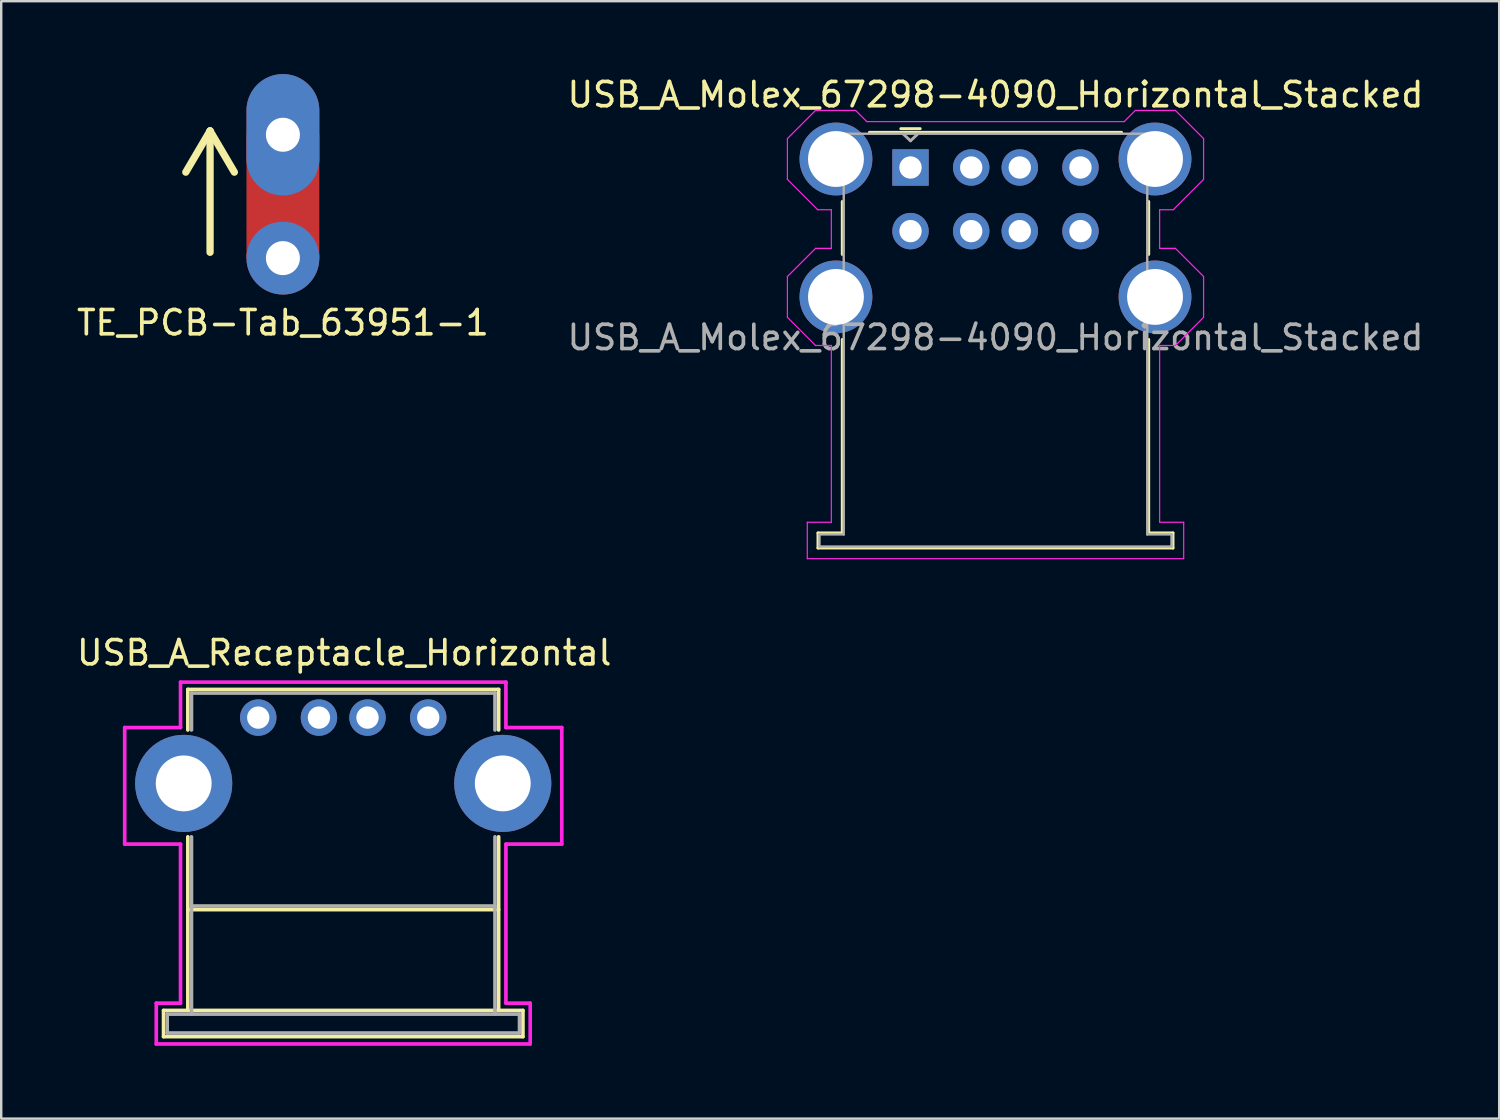
<source format=kicad_pcb>
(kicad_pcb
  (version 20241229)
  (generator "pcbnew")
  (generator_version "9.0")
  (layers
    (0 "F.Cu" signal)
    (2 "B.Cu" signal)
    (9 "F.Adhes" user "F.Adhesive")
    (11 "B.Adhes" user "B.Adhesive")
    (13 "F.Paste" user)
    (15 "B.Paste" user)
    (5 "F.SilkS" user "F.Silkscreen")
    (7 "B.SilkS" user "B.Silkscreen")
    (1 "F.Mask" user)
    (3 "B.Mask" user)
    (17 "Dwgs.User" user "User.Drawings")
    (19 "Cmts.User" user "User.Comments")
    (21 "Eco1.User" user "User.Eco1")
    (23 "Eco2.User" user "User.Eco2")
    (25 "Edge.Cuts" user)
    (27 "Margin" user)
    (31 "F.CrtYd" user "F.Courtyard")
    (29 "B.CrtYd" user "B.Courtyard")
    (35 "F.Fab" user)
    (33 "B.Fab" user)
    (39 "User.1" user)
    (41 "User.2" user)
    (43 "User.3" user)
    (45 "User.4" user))
  (footprint "USB_A_Molex_67298-4090_Horizontal_Stacked"
    (layer "F.Cu")
    (at 34.446 3.848)
    (property "Reference" "USB_A_Molex_67298-4090_Horizontal_Stacked" (at 3.5 -3 0) (layer "F.SilkS") (effects (font (size 1 1) (thickness 0.15))))
    (attr through_hole)
    (fp_line (start -3.81 15.05) (end -2.81 15.05) (stroke (width 0.12) (type solid)) (layer "F.SilkS"))
    (fp_line (start -3.81 15.67) (end -3.81 15.05) (stroke (width 0.12) (type solid)) (layer "F.SilkS"))
    (fp_line (start -2.81 3.58) (end -2.81 1.4) (stroke (width 0.12) (type solid)) (layer "F.SilkS"))
    (fp_line (start -2.81 15.05) (end -2.81 7.08) (stroke (width 0.12) (type solid)) (layer "F.SilkS"))
    (fp_line (start -1.69 -1.45) (end 8.69 -1.45) (stroke (width 0.12) (type solid)) (layer "F.SilkS"))
    (fp_line (start 0.4 -1.6) (end -0.4 -1.6) (stroke (width 0.12) (type solid)) (layer "F.SilkS"))
    (fp_line (start 9.81 3.58) (end 9.81 1.4) (stroke (width 0.12) (type solid)) (layer "F.SilkS"))
    (fp_line (start 9.81 7.08) (end 9.81 15.05) (stroke (width 0.12) (type solid)) (layer "F.SilkS"))
    (fp_line (start 9.81 15.05) (end 10.81 15.05) (stroke (width 0.12) (type solid)) (layer "F.SilkS"))
    (fp_line (start 10.81 15.05) (end 10.81 15.67) (stroke (width 0.12) (type solid)) (layer "F.SilkS"))
    (fp_line (start 10.81 15.67) (end -3.81 15.67) (stroke (width 0.12) (type solid)) (layer "F.SilkS"))
    (fp_line (start -5.07 -1.19) (end -5.07 0.49) (stroke (width 0.05) (type solid)) (layer "F.CrtYd"))
    (fp_line (start -5.07 0.49) (end -3.82 1.74) (stroke (width 0.05) (type solid)) (layer "F.CrtYd"))
    (fp_line (start -5.07 4.49) (end -5.07 6.17) (stroke (width 0.05) (type solid)) (layer "F.CrtYd"))
    (fp_line (start -5.07 6.17) (end -3.91 7.33) (stroke (width 0.05) (type solid)) (layer "F.CrtYd"))
    (fp_line (start -4.25 14.61) (end -4.25 16.11) (stroke (width 0.05) (type solid)) (layer "F.CrtYd"))
    (fp_line (start -4.25 16.11) (end 11.25 16.11) (stroke (width 0.05) (type solid)) (layer "F.CrtYd"))
    (fp_line (start -3.91 -2.35) (end -5.07 -1.19) (stroke (width 0.05) (type solid)) (layer "F.CrtYd"))
    (fp_line (start -3.91 3.33) (end -5.07 4.49) (stroke (width 0.05) (type solid)) (layer "F.CrtYd"))
    (fp_line (start -3.91 3.33) (end -3.26 3.33) (stroke (width 0.05) (type solid)) (layer "F.CrtYd"))
    (fp_line (start -3.82 1.74) (end -3.26 1.74) (stroke (width 0.05) (type solid)) (layer "F.CrtYd"))
    (fp_line (start -3.26 1.74) (end -3.26 3.33) (stroke (width 0.05) (type solid)) (layer "F.CrtYd"))
    (fp_line (start -3.26 7.33) (end -3.91 7.33) (stroke (width 0.05) (type solid)) (layer "F.CrtYd"))
    (fp_line (start -3.26 7.33) (end -3.26 14.61) (stroke (width 0.05) (type solid)) (layer "F.CrtYd"))
    (fp_line (start -3.26 14.61) (end -4.25 14.61) (stroke (width 0.05) (type solid)) (layer "F.CrtYd"))
    (fp_line (start -2.26 -2.35) (end -3.91 -2.35) (stroke (width 0.05) (type solid)) (layer "F.CrtYd"))
    (fp_line (start -2.26 -2.35) (end -1.8 -1.89) (stroke (width 0.05) (type solid)) (layer "F.CrtYd"))
    (fp_line (start 8.8 -1.89) (end -1.8 -1.89) (stroke (width 0.05) (type solid)) (layer "F.CrtYd"))
    (fp_line (start 9.26 -2.35) (end 8.8 -1.89) (stroke (width 0.05) (type solid)) (layer "F.CrtYd"))
    (fp_line (start 10.26 1.74) (end 10.26 3.33) (stroke (width 0.05) (type solid)) (layer "F.CrtYd"))
    (fp_line (start 10.26 1.74) (end 10.82 1.74) (stroke (width 0.05) (type solid)) (layer "F.CrtYd"))
    (fp_line (start 10.26 3.33) (end 10.91 3.33) (stroke (width 0.05) (type solid)) (layer "F.CrtYd"))
    (fp_line (start 10.26 7.33) (end 10.26 14.61) (stroke (width 0.05) (type solid)) (layer "F.CrtYd"))
    (fp_line (start 10.26 7.33) (end 10.91 7.33) (stroke (width 0.05) (type solid)) (layer "F.CrtYd"))
    (fp_line (start 10.26 14.61) (end 11.25 14.61) (stroke (width 0.05) (type solid)) (layer "F.CrtYd"))
    (fp_line (start 10.91 -2.35) (end 9.26 -2.35) (stroke (width 0.05) (type solid)) (layer "F.CrtYd"))
    (fp_line (start 10.91 -2.35) (end 12.07 -1.19) (stroke (width 0.05) (type solid)) (layer "F.CrtYd"))
    (fp_line (start 10.91 3.33) (end 12.07 4.49) (stroke (width 0.05) (type solid)) (layer "F.CrtYd"))
    (fp_line (start 11.25 14.61) (end 11.25 16.11) (stroke (width 0.05) (type solid)) (layer "F.CrtYd"))
    (fp_line (start 12.07 -1.19) (end 12.07 0.49) (stroke (width 0.05) (type solid)) (layer "F.CrtYd"))
    (fp_line (start 12.07 0.49) (end 10.82 1.74) (stroke (width 0.05) (type solid)) (layer "F.CrtYd"))
    (fp_line (start 12.07 4.49) (end 12.07 6.17) (stroke (width 0.05) (type solid)) (layer "F.CrtYd"))
    (fp_line (start 12.07 6.17) (end 10.91 7.33) (stroke (width 0.05) (type solid)) (layer "F.CrtYd"))
    (fp_line (start -3.75 15.11) (end -3.75 15.61) (stroke (width 0.1) (type solid)) (layer "F.Fab"))
    (fp_line (start -2.75 -1.39) (end -2.75 15.11) (stroke (width 0.1) (type solid)) (layer "F.Fab"))
    (fp_line (start -2.75 15.11) (end -3.75 15.11) (stroke (width 0.1) (type solid)) (layer "F.Fab"))
    (fp_line (start 0 -1.1) (end -0.3 -1.38) (stroke (width 0.12) (type solid)) (layer "F.Fab"))
    (fp_line (start 0 -1.1) (end 0.3 -1.38) (stroke (width 0.12) (type solid)) (layer "F.Fab"))
    (fp_line (start 9.75 -1.39) (end -2.75 -1.39) (stroke (width 0.1) (type solid)) (layer "F.Fab"))
    (fp_line (start 9.75 -1.39) (end 9.75 15.11) (stroke (width 0.1) (type solid)) (layer "F.Fab"))
    (fp_line (start 9.75 15.11) (end 10.75 15.11) (stroke (width 0.1) (type solid)) (layer "F.Fab"))
    (fp_line (start 10.75 15.11) (end 10.75 15.61) (stroke (width 0.1) (type solid)) (layer "F.Fab"))
    (fp_line (start 10.75 15.61) (end -3.75 15.61) (stroke (width 0.1) (type solid)) (layer "F.Fab"))
    (fp_text user "${REFERENCE}" (at 3.5 7 0) (layer "F.Fab") (effects (font (size 1 1) (thickness 0.15))))
    (pad "1" thru_hole rect (at 0 0) (size 1.5 1.5) (drill 0.92) (layers "*.Cu" "*.Mask"))
    (pad "2" thru_hole circle (at 2.5 0) (size 1.5 1.5) (drill 0.92) (layers "*.Cu" "*.Mask"))
    (pad "3" thru_hole circle (at 4.5 0) (size 1.5 1.5) (drill 0.92) (layers "*.Cu" "*.Mask"))
    (pad "4" thru_hole circle (at 7 0) (size 1.5 1.5) (drill 0.92) (layers "*.Cu" "*.Mask"))
    (pad "5" thru_hole circle (at 0 2.62) (size 1.5 1.5) (drill 0.92) (layers "*.Cu" "*.Mask"))
    (pad "6" thru_hole circle (at 2.5 2.62) (size 1.5 1.5) (drill 0.92) (layers "*.Cu" "*.Mask"))
    (pad "7" thru_hole circle (at 4.5 2.62) (size 1.5 1.5) (drill 0.92) (layers "*.Cu" "*.Mask"))
    (pad "8" thru_hole circle (at 7 2.62) (size 1.5 1.5) (drill 0.92) (layers "*.Cu" "*.Mask"))
    (pad "9" thru_hole circle (at -3.07 -0.35) (size 3 3) (drill 2.3) (layers "*.Cu" "*.Mask"))
    (pad "9" thru_hole circle (at -3.07 5.33) (size 3 3) (drill 2.3) (layers "*.Cu" "*.Mask"))
    (pad "9" thru_hole circle (at 10.07 -0.35) (size 3 3) (drill 2.3) (layers "*.Cu" "*.Mask"))
    (pad "9" thru_hole circle (at 10.07 5.33) (size 3 3) (drill 2.3) (layers "*.Cu" "*.Mask")))
  (footprint "TE_PCB-Tab_63951-1"
    (layer "F.Cu")
    (at 8.601 5.04)
    (property "Reference" "TE_PCB-Tab_63951-1" (at 0 5.2 0) (layer "F.SilkS") (effects (font (size 1 1) (thickness 0.15))))
    (attr through_hole)
    (fp_line (start -3 -2.7) (end -4 -1) (stroke (width 0.3) (type solid)) (layer "F.SilkS"))
    (fp_line (start -3 -2.7) (end -2 -1) (stroke (width 0.3) (type solid)) (layer "F.SilkS"))
    (fp_line (start -3 2.3) (end -3 -2.7) (stroke (width 0.3) (type solid)) (layer "F.SilkS"))
    (pad "1" thru_hole oval (at 0 -2.54) (size 3 5) (drill 1.4) (layers "*.Cu" "*.Mask"))
    (pad "1" smd rect (at 0 0) (size 3 5.08) (layers "F.Cu" "F.Mask"))
    (pad "1" thru_hole circle (at 0 2.54) (size 3 3) (drill 1.4) (layers "*.Cu" "*.Mask")))
  (footprint "USB_A_Receptacle_Horizontal"
    (layer "F.Cu")
    (at 11.085 29.212)
    (property "Reference" "USB_A_Receptacle_Horizontal" (at 0.04 -5.38 0) (layer "F.SilkS") (effects (font (size 1 1) (thickness 0.15))))
    (attr through_hole)
    (fp_line (start -7.4 9.35) (end -7.4 10.43) (stroke (width 0.15) (type solid)) (layer "F.SilkS"))
    (fp_line (start -7.4 9.35) (end 7.4 9.35) (stroke (width 0.15) (type solid)) (layer "F.SilkS"))
    (fp_line (start -7.4 10.43) (end 7.4 10.43) (stroke (width 0.15) (type solid)) (layer "F.SilkS"))
    (fp_line (start -6.4 -3.87) (end -6.4 -2.2) (stroke (width 0.15) (type solid)) (layer "F.SilkS"))
    (fp_line (start -6.4 -3.87) (end 6.4 -3.87) (stroke (width 0.15) (type solid)) (layer "F.SilkS"))
    (fp_line (start -6.4 5.2) (end 6.4 5.2) (stroke (width 0.15) (type solid)) (layer "F.SilkS"))
    (fp_line (start -6.4 9.35) (end -6.4 2.2) (stroke (width 0.15) (type solid)) (layer "F.SilkS"))
    (fp_line (start 6.4 -3.87) (end 6.4 -2.2) (stroke (width 0.15) (type solid)) (layer "F.SilkS"))
    (fp_line (start 6.4 9.35) (end 6.4 2.2) (stroke (width 0.15) (type solid)) (layer "F.SilkS"))
    (fp_line (start 7.4 9.35) (end 7.4 10.43) (stroke (width 0.15) (type solid)) (layer "F.SilkS"))
    (fp_line (start -9 -2.3) (end -9 2.5) (stroke (width 0.15) (type solid)) (layer "F.CrtYd"))
    (fp_line (start -9 -2.3) (end -6.7 -2.3) (stroke (width 0.15) (type solid)) (layer "F.CrtYd"))
    (fp_line (start -7.7 9.05) (end -7.7 10.73) (stroke (width 0.15) (type solid)) (layer "F.CrtYd"))
    (fp_line (start -7.7 9.05) (end -6.7 9.05) (stroke (width 0.15) (type solid)) (layer "F.CrtYd"))
    (fp_line (start -7.7 10.73) (end 7.7 10.73) (stroke (width 0.15) (type solid)) (layer "F.CrtYd"))
    (fp_line (start -6.7 -4.17) (end 6.7 -4.17) (stroke (width 0.15) (type solid)) (layer "F.CrtYd"))
    (fp_line (start -6.7 -2.3) (end -6.7 -4.17) (stroke (width 0.15) (type solid)) (layer "F.CrtYd"))
    (fp_line (start -6.7 2.5) (end -9 2.5) (stroke (width 0.15) (type solid)) (layer "F.CrtYd"))
    (fp_line (start -6.7 2.5) (end -6.7 9.05) (stroke (width 0.15) (type solid)) (layer "F.CrtYd"))
    (fp_line (start 6.7 -4.17) (end 6.7 -2.3) (stroke (width 0.15) (type solid)) (layer "F.CrtYd"))
    (fp_line (start 6.7 2.5) (end 6.7 9.05) (stroke (width 0.15) (type solid)) (layer "F.CrtYd"))
    (fp_line (start 6.7 2.5) (end 9 2.5) (stroke (width 0.15) (type solid)) (layer "F.CrtYd"))
    (fp_line (start 7.7 9.05) (end 6.7 9.05) (stroke (width 0.15) (type solid)) (layer "F.CrtYd"))
    (fp_line (start 7.7 9.05) (end 7.7 10.73) (stroke (width 0.15) (type solid)) (layer "F.CrtYd"))
    (fp_line (start 9 -2.3) (end 6.7 -2.3) (stroke (width 0.15) (type solid)) (layer "F.CrtYd"))
    (fp_line (start 9 -2.3) (end 9 2.5) (stroke (width 0.15) (type solid)) (layer "F.CrtYd"))
    (fp_line (start -7.25 9.5) (end -7.25 10.28) (stroke (width 0.15) (type solid)) (layer "F.Fab"))
    (fp_line (start -7.25 9.5) (end 7.25 9.5) (stroke (width 0.15) (type solid)) (layer "F.Fab"))
    (fp_line (start -7.25 10.28) (end 7.25 10.28) (stroke (width 0.15) (type solid)) (layer "F.Fab"))
    (fp_line (start -6.25 -3.72) (end -6.25 -2.2) (stroke (width 0.15) (type solid)) (layer "F.Fab"))
    (fp_line (start -6.25 -3.72) (end 6.25 -3.72) (stroke (width 0.15) (type solid)) (layer "F.Fab"))
    (fp_line (start -6.25 5.05) (end 6.25 5.05) (stroke (width 0.15) (type solid)) (layer "F.Fab"))
    (fp_line (start -6.25 9.5) (end -6.25 2.2) (stroke (width 0.15) (type solid)) (layer "F.Fab"))
    (fp_line (start 6.25 -3.72) (end 6.25 -2.2) (stroke (width 0.15) (type solid)) (layer "F.Fab"))
    (fp_line (start 6.25 9.5) (end 6.25 2.2) (stroke (width 0.15) (type solid)) (layer "F.Fab"))
    (fp_line (start 7.26 9.5) (end 7.26 10.28) (stroke (width 0.15) (type solid)) (layer "F.Fab"))
    (pad "1" thru_hole circle (at -3.5 -2.71) (size 1.5 1.5) (drill 0.92) (layers "*.Cu" "*.Mask"))
    (pad "2" thru_hole circle (at -1 -2.71) (size 1.5 1.5) (drill 0.92) (layers "*.Cu" "*.Mask"))
    (pad "3" thru_hole circle (at 1 -2.71) (size 1.5 1.5) (drill 0.92) (layers "*.Cu" "*.Mask"))
    (pad "4" thru_hole circle (at 3.5 -2.71) (size 1.5 1.5) (drill 0.92) (layers "*.Cu" "*.Mask"))
    (pad "5" thru_hole circle (at -6.57 0) (size 4 4) (drill 2.3) (layers "*.Cu" "*.Mask"))
    (pad "5" thru_hole circle (at 6.57 0) (size 4 4) (drill 2.3) (layers "*.Cu" "*.Mask")))
  (gr_rect
    (start -3 -3)
    (end 58.69 43.017)
    (stroke (width 0.1) (type default))
    (fill no)
    (layer "Edge.Cuts")))
</source>
